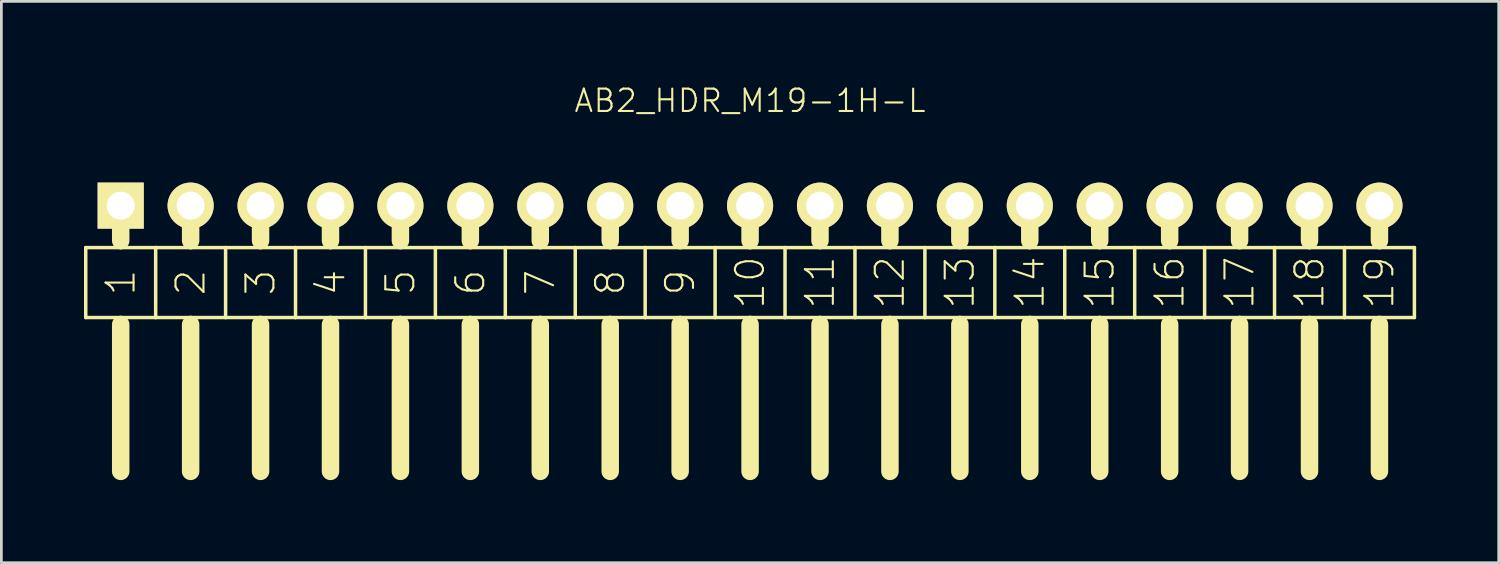
<source format=kicad_pcb>
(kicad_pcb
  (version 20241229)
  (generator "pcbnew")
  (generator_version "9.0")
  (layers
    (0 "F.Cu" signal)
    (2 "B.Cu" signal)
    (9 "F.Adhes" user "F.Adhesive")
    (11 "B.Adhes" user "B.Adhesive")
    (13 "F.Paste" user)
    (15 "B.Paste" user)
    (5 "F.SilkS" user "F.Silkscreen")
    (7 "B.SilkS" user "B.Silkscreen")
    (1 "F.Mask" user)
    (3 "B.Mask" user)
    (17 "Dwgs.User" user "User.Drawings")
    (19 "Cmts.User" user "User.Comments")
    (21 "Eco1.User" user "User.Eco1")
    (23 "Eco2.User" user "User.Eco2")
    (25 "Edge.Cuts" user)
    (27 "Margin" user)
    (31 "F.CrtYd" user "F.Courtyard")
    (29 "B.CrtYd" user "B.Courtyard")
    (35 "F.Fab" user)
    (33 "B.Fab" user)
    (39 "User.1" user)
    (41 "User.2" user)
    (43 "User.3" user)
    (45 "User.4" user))
  (footprint "AB2_HDR_M19-1H-L"
    (layer "F.Cu")
    (at 24.194 4.419)
    (property "Reference" "AB2_HDR_M19-1H-L" (at 0 -3.81 0) (layer "F.SilkS") (effects (font (size 0.813 0.813) (thickness 0.076))))
    (attr through_hole)
    (fp_line (start -24.13 1.524) (end -24.13 4.064) (stroke (width 0.127) (type solid)) (layer "F.SilkS"))
    (fp_line (start -24.13 4.064) (end -22.86 4.064) (stroke (width 0.127) (type solid)) (layer "F.SilkS"))
    (fp_line (start -22.86 0) (end -22.86 1.27) (stroke (width 0.635) (type solid)) (layer "F.SilkS"))
    (fp_line (start -22.86 1.524) (end -24.13 1.524) (stroke (width 0.127) (type solid)) (layer "F.SilkS"))
    (fp_line (start -22.86 4.064) (end -21.59 4.064) (stroke (width 0.127) (type solid)) (layer "F.SilkS"))
    (fp_line (start -22.86 4.318) (end -22.86 9.652) (stroke (width 0.635) (type solid)) (layer "F.SilkS"))
    (fp_line (start -21.59 1.524) (end -22.86 1.524) (stroke (width 0.127) (type solid)) (layer "F.SilkS"))
    (fp_line (start -21.59 4.064) (end -21.59 1.524) (stroke (width 0.127) (type solid)) (layer "F.SilkS"))
    (fp_line (start -21.59 4.064) (end -20.32 4.064) (stroke (width 0.127) (type solid)) (layer "F.SilkS"))
    (fp_line (start -20.32 0) (end -20.32 1.27) (stroke (width 0.635) (type solid)) (layer "F.SilkS"))
    (fp_line (start -20.32 1.524) (end -21.59 1.524) (stroke (width 0.127) (type solid)) (layer "F.SilkS"))
    (fp_line (start -20.32 4.064) (end -19.05 4.064) (stroke (width 0.127) (type solid)) (layer "F.SilkS"))
    (fp_line (start -20.32 4.318) (end -20.32 9.652) (stroke (width 0.635) (type solid)) (layer "F.SilkS"))
    (fp_line (start -19.05 1.524) (end -20.32 1.524) (stroke (width 0.127) (type solid)) (layer "F.SilkS"))
    (fp_line (start -19.05 4.064) (end -19.05 1.524) (stroke (width 0.127) (type solid)) (layer "F.SilkS"))
    (fp_line (start -19.05 4.064) (end -17.78 4.064) (stroke (width 0.127) (type solid)) (layer "F.SilkS"))
    (fp_line (start -17.78 0) (end -17.78 1.27) (stroke (width 0.635) (type solid)) (layer "F.SilkS"))
    (fp_line (start -17.78 1.524) (end -19.05 1.524) (stroke (width 0.127) (type solid)) (layer "F.SilkS"))
    (fp_line (start -17.78 4.064) (end -16.51 4.064) (stroke (width 0.127) (type solid)) (layer "F.SilkS"))
    (fp_line (start -17.78 4.318) (end -17.78 9.652) (stroke (width 0.635) (type solid)) (layer "F.SilkS"))
    (fp_line (start -16.51 1.524) (end -17.78 1.524) (stroke (width 0.127) (type solid)) (layer "F.SilkS"))
    (fp_line (start -16.51 4.064) (end -16.51 1.524) (stroke (width 0.127) (type solid)) (layer "F.SilkS"))
    (fp_line (start -16.51 4.064) (end -15.24 4.064) (stroke (width 0.127) (type solid)) (layer "F.SilkS"))
    (fp_line (start -15.24 0) (end -15.24 1.27) (stroke (width 0.635) (type solid)) (layer "F.SilkS"))
    (fp_line (start -15.24 1.524) (end -16.51 1.524) (stroke (width 0.127) (type solid)) (layer "F.SilkS"))
    (fp_line (start -15.24 4.064) (end -13.97 4.064) (stroke (width 0.127) (type solid)) (layer "F.SilkS"))
    (fp_line (start -15.24 4.318) (end -15.24 9.652) (stroke (width 0.635) (type solid)) (layer "F.SilkS"))
    (fp_line (start -13.97 1.524) (end -15.24 1.524) (stroke (width 0.127) (type solid)) (layer "F.SilkS"))
    (fp_line (start -13.97 4.064) (end -13.97 1.524) (stroke (width 0.127) (type solid)) (layer "F.SilkS"))
    (fp_line (start -13.97 4.064) (end -12.7 4.064) (stroke (width 0.127) (type solid)) (layer "F.SilkS"))
    (fp_line (start -12.7 0) (end -12.7 1.27) (stroke (width 0.635) (type solid)) (layer "F.SilkS"))
    (fp_line (start -12.7 1.524) (end -13.97 1.524) (stroke (width 0.127) (type solid)) (layer "F.SilkS"))
    (fp_line (start -12.7 4.064) (end -11.43 4.064) (stroke (width 0.127) (type solid)) (layer "F.SilkS"))
    (fp_line (start -12.7 4.318) (end -12.7 9.652) (stroke (width 0.635) (type solid)) (layer "F.SilkS"))
    (fp_line (start -11.43 1.524) (end -12.7 1.524) (stroke (width 0.127) (type solid)) (layer "F.SilkS"))
    (fp_line (start -11.43 4.064) (end -11.43 1.524) (stroke (width 0.127) (type solid)) (layer "F.SilkS"))
    (fp_line (start -11.43 4.064) (end -10.16 4.064) (stroke (width 0.127) (type solid)) (layer "F.SilkS"))
    (fp_line (start -10.16 0) (end -10.16 1.27) (stroke (width 0.635) (type solid)) (layer "F.SilkS"))
    (fp_line (start -10.16 1.524) (end -11.43 1.524) (stroke (width 0.127) (type solid)) (layer "F.SilkS"))
    (fp_line (start -10.16 4.064) (end -8.89 4.064) (stroke (width 0.127) (type solid)) (layer "F.SilkS"))
    (fp_line (start -10.16 4.318) (end -10.16 9.652) (stroke (width 0.635) (type solid)) (layer "F.SilkS"))
    (fp_line (start -8.89 1.524) (end -10.16 1.524) (stroke (width 0.127) (type solid)) (layer "F.SilkS"))
    (fp_line (start -8.89 4.064) (end -8.89 1.524) (stroke (width 0.127) (type solid)) (layer "F.SilkS"))
    (fp_line (start -8.89 4.064) (end -7.62 4.064) (stroke (width 0.127) (type solid)) (layer "F.SilkS"))
    (fp_line (start -7.62 0) (end -7.62 1.27) (stroke (width 0.635) (type solid)) (layer "F.SilkS"))
    (fp_line (start -7.62 1.524) (end -8.89 1.524) (stroke (width 0.127) (type solid)) (layer "F.SilkS"))
    (fp_line (start -7.62 4.064) (end -6.35 4.064) (stroke (width 0.127) (type solid)) (layer "F.SilkS"))
    (fp_line (start -7.62 4.318) (end -7.62 9.652) (stroke (width 0.635) (type solid)) (layer "F.SilkS"))
    (fp_line (start -6.35 1.524) (end -7.62 1.524) (stroke (width 0.127) (type solid)) (layer "F.SilkS"))
    (fp_line (start -6.35 4.064) (end -6.35 1.524) (stroke (width 0.127) (type solid)) (layer "F.SilkS"))
    (fp_line (start -6.35 4.064) (end -5.08 4.064) (stroke (width 0.127) (type solid)) (layer "F.SilkS"))
    (fp_line (start -5.08 0) (end -5.08 1.27) (stroke (width 0.635) (type solid)) (layer "F.SilkS"))
    (fp_line (start -5.08 1.524) (end -6.35 1.524) (stroke (width 0.127) (type solid)) (layer "F.SilkS"))
    (fp_line (start -5.08 4.064) (end -3.81 4.064) (stroke (width 0.127) (type solid)) (layer "F.SilkS"))
    (fp_line (start -5.08 4.318) (end -5.08 9.652) (stroke (width 0.635) (type solid)) (layer "F.SilkS"))
    (fp_line (start -3.81 1.524) (end -5.08 1.524) (stroke (width 0.127) (type solid)) (layer "F.SilkS"))
    (fp_line (start -3.81 4.064) (end -3.81 1.524) (stroke (width 0.127) (type solid)) (layer "F.SilkS"))
    (fp_line (start -3.81 4.064) (end -2.54 4.064) (stroke (width 0.127) (type solid)) (layer "F.SilkS"))
    (fp_line (start -2.54 0) (end -2.54 1.27) (stroke (width 0.635) (type solid)) (layer "F.SilkS"))
    (fp_line (start -2.54 1.524) (end -3.81 1.524) (stroke (width 0.127) (type solid)) (layer "F.SilkS"))
    (fp_line (start -2.54 4.064) (end -1.27 4.064) (stroke (width 0.127) (type solid)) (layer "F.SilkS"))
    (fp_line (start -2.54 4.318) (end -2.54 9.652) (stroke (width 0.635) (type solid)) (layer "F.SilkS"))
    (fp_line (start -1.27 1.524) (end -2.54 1.524) (stroke (width 0.127) (type solid)) (layer "F.SilkS"))
    (fp_line (start -1.27 4.064) (end -1.27 1.524) (stroke (width 0.127) (type solid)) (layer "F.SilkS"))
    (fp_line (start -1.27 4.064) (end 0 4.064) (stroke (width 0.127) (type solid)) (layer "F.SilkS"))
    (fp_line (start 0 0) (end 0 1.27) (stroke (width 0.635) (type solid)) (layer "F.SilkS"))
    (fp_line (start 0 1.524) (end -1.27 1.524) (stroke (width 0.127) (type solid)) (layer "F.SilkS"))
    (fp_line (start 0 4.064) (end 1.27 4.064) (stroke (width 0.127) (type solid)) (layer "F.SilkS"))
    (fp_line (start 0 4.318) (end 0 9.652) (stroke (width 0.635) (type solid)) (layer "F.SilkS"))
    (fp_line (start 1.27 1.524) (end 0 1.524) (stroke (width 0.127) (type solid)) (layer "F.SilkS"))
    (fp_line (start 1.27 4.064) (end 1.27 1.524) (stroke (width 0.127) (type solid)) (layer "F.SilkS"))
    (fp_line (start 1.27 4.064) (end 2.54 4.064) (stroke (width 0.127) (type solid)) (layer "F.SilkS"))
    (fp_line (start 2.54 0) (end 2.54 1.27) (stroke (width 0.635) (type solid)) (layer "F.SilkS"))
    (fp_line (start 2.54 1.524) (end 1.27 1.524) (stroke (width 0.127) (type solid)) (layer "F.SilkS"))
    (fp_line (start 2.54 4.064) (end 3.81 4.064) (stroke (width 0.127) (type solid)) (layer "F.SilkS"))
    (fp_line (start 2.54 4.318) (end 2.54 9.652) (stroke (width 0.635) (type solid)) (layer "F.SilkS"))
    (fp_line (start 3.81 1.524) (end 2.54 1.524) (stroke (width 0.127) (type solid)) (layer "F.SilkS"))
    (fp_line (start 3.81 4.064) (end 3.81 1.524) (stroke (width 0.127) (type solid)) (layer "F.SilkS"))
    (fp_line (start 3.81 4.064) (end 5.08 4.064) (stroke (width 0.127) (type solid)) (layer "F.SilkS"))
    (fp_line (start 5.08 0) (end 5.08 1.27) (stroke (width 0.635) (type solid)) (layer "F.SilkS"))
    (fp_line (start 5.08 1.524) (end 3.81 1.524) (stroke (width 0.127) (type solid)) (layer "F.SilkS"))
    (fp_line (start 5.08 4.064) (end 6.35 4.064) (stroke (width 0.127) (type solid)) (layer "F.SilkS"))
    (fp_line (start 5.08 4.318) (end 5.08 9.652) (stroke (width 0.635) (type solid)) (layer "F.SilkS"))
    (fp_line (start 6.35 1.524) (end 5.08 1.524) (stroke (width 0.127) (type solid)) (layer "F.SilkS"))
    (fp_line (start 6.35 4.064) (end 6.35 1.524) (stroke (width 0.127) (type solid)) (layer "F.SilkS"))
    (fp_line (start 6.35 4.064) (end 7.62 4.064) (stroke (width 0.127) (type solid)) (layer "F.SilkS"))
    (fp_line (start 7.62 0) (end 7.62 1.27) (stroke (width 0.635) (type solid)) (layer "F.SilkS"))
    (fp_line (start 7.62 1.524) (end 6.35 1.524) (stroke (width 0.127) (type solid)) (layer "F.SilkS"))
    (fp_line (start 7.62 4.064) (end 8.89 4.064) (stroke (width 0.127) (type solid)) (layer "F.SilkS"))
    (fp_line (start 7.62 4.318) (end 7.62 9.652) (stroke (width 0.635) (type solid)) (layer "F.SilkS"))
    (fp_line (start 8.89 1.524) (end 7.62 1.524) (stroke (width 0.127) (type solid)) (layer "F.SilkS"))
    (fp_line (start 8.89 4.064) (end 8.89 1.524) (stroke (width 0.127) (type solid)) (layer "F.SilkS"))
    (fp_line (start 8.89 4.064) (end 10.16 4.064) (stroke (width 0.127) (type solid)) (layer "F.SilkS"))
    (fp_line (start 10.16 0) (end 10.16 1.27) (stroke (width 0.635) (type solid)) (layer "F.SilkS"))
    (fp_line (start 10.16 1.524) (end 8.89 1.524) (stroke (width 0.127) (type solid)) (layer "F.SilkS"))
    (fp_line (start 10.16 4.064) (end 11.43 4.064) (stroke (width 0.127) (type solid)) (layer "F.SilkS"))
    (fp_line (start 10.16 4.318) (end 10.16 9.652) (stroke (width 0.635) (type solid)) (layer "F.SilkS"))
    (fp_line (start 11.43 1.524) (end 10.16 1.524) (stroke (width 0.127) (type solid)) (layer "F.SilkS"))
    (fp_line (start 11.43 4.064) (end 11.43 1.524) (stroke (width 0.127) (type solid)) (layer "F.SilkS"))
    (fp_line (start 11.43 4.064) (end 12.7 4.064) (stroke (width 0.127) (type solid)) (layer "F.SilkS"))
    (fp_line (start 12.7 0) (end 12.7 1.27) (stroke (width 0.635) (type solid)) (layer "F.SilkS"))
    (fp_line (start 12.7 1.524) (end 11.43 1.524) (stroke (width 0.127) (type solid)) (layer "F.SilkS"))
    (fp_line (start 12.7 4.064) (end 13.97 4.064) (stroke (width 0.127) (type solid)) (layer "F.SilkS"))
    (fp_line (start 12.7 4.318) (end 12.7 9.652) (stroke (width 0.635) (type solid)) (layer "F.SilkS"))
    (fp_line (start 13.97 1.524) (end 12.7 1.524) (stroke (width 0.127) (type solid)) (layer "F.SilkS"))
    (fp_line (start 13.97 4.064) (end 13.97 1.524) (stroke (width 0.127) (type solid)) (layer "F.SilkS"))
    (fp_line (start 13.97 4.064) (end 15.24 4.064) (stroke (width 0.127) (type solid)) (layer "F.SilkS"))
    (fp_line (start 15.24 0) (end 15.24 1.27) (stroke (width 0.635) (type solid)) (layer "F.SilkS"))
    (fp_line (start 15.24 1.524) (end 13.97 1.524) (stroke (width 0.127) (type solid)) (layer "F.SilkS"))
    (fp_line (start 15.24 4.064) (end 16.51 4.064) (stroke (width 0.127) (type solid)) (layer "F.SilkS"))
    (fp_line (start 15.24 4.318) (end 15.24 9.652) (stroke (width 0.635) (type solid)) (layer "F.SilkS"))
    (fp_line (start 16.51 1.524) (end 15.24 1.524) (stroke (width 0.127) (type solid)) (layer "F.SilkS"))
    (fp_line (start 16.51 4.064) (end 16.51 1.524) (stroke (width 0.127) (type solid)) (layer "F.SilkS"))
    (fp_line (start 16.51 4.064) (end 17.78 4.064) (stroke (width 0.127) (type solid)) (layer "F.SilkS"))
    (fp_line (start 17.78 0) (end 17.78 1.27) (stroke (width 0.635) (type solid)) (layer "F.SilkS"))
    (fp_line (start 17.78 1.524) (end 16.51 1.524) (stroke (width 0.127) (type solid)) (layer "F.SilkS"))
    (fp_line (start 17.78 4.064) (end 19.05 4.064) (stroke (width 0.127) (type solid)) (layer "F.SilkS"))
    (fp_line (start 17.78 4.318) (end 17.78 9.652) (stroke (width 0.635) (type solid)) (layer "F.SilkS"))
    (fp_line (start 19.05 1.524) (end 17.78 1.524) (stroke (width 0.127) (type solid)) (layer "F.SilkS"))
    (fp_line (start 19.05 4.064) (end 19.05 1.524) (stroke (width 0.127) (type solid)) (layer "F.SilkS"))
    (fp_line (start 19.05 4.064) (end 20.32 4.064) (stroke (width 0.127) (type solid)) (layer "F.SilkS"))
    (fp_line (start 20.32 0) (end 20.32 1.27) (stroke (width 0.635) (type solid)) (layer "F.SilkS"))
    (fp_line (start 20.32 1.524) (end 19.05 1.524) (stroke (width 0.127) (type solid)) (layer "F.SilkS"))
    (fp_line (start 20.32 4.064) (end 21.59 4.064) (stroke (width 0.127) (type solid)) (layer "F.SilkS"))
    (fp_line (start 20.32 4.318) (end 20.32 9.652) (stroke (width 0.635) (type solid)) (layer "F.SilkS"))
    (fp_line (start 21.59 1.524) (end 20.32 1.524) (stroke (width 0.127) (type solid)) (layer "F.SilkS"))
    (fp_line (start 21.59 4.064) (end 21.59 1.524) (stroke (width 0.127) (type solid)) (layer "F.SilkS"))
    (fp_line (start 21.59 4.064) (end 22.86 4.064) (stroke (width 0.127) (type solid)) (layer "F.SilkS"))
    (fp_line (start 22.86 0) (end 22.86 1.27) (stroke (width 0.635) (type solid)) (layer "F.SilkS"))
    (fp_line (start 22.86 1.524) (end 21.59 1.524) (stroke (width 0.127) (type solid)) (layer "F.SilkS"))
    (fp_line (start 22.86 4.064) (end 24.13 4.064) (stroke (width 0.127) (type solid)) (layer "F.SilkS"))
    (fp_line (start 22.86 4.318) (end 22.86 9.652) (stroke (width 0.635) (type solid)) (layer "F.SilkS"))
    (fp_line (start 24.13 1.524) (end 22.86 1.524) (stroke (width 0.127) (type solid)) (layer "F.SilkS"))
    (fp_line (start 24.13 4.064) (end 24.13 1.524) (stroke (width 0.127) (type solid)) (layer "F.SilkS"))
    (fp_text user "1" (at -22.86 2.794 90) (layer "F.SilkS") (effects (font (size 1.016 1.016) (thickness 0.076))))
    (fp_text user "2" (at -20.32 2.794 90) (layer "F.SilkS") (effects (font (size 1.016 1.016) (thickness 0.076))))
    (fp_text user "17" (at 17.78 2.794 90) (layer "F.SilkS") (effects (font (size 1.016 1.016) (thickness 0.076))))
    (fp_text user "18" (at 20.32 2.794 90) (layer "F.SilkS") (effects (font (size 1.016 1.016) (thickness 0.076))))
    (fp_text user "19" (at 22.86 2.794 90) (layer "F.SilkS") (effects (font (size 1.016 1.016) (thickness 0.076))))
    (fp_text user "10" (at 0 2.794 90) (layer "F.SilkS") (effects (font (size 1.016 1.016) (thickness 0.076))))
    (fp_text user "11" (at 2.54 2.794 90) (layer "F.SilkS") (effects (font (size 1.016 1.016) (thickness 0.076))))
    (fp_text user "14" (at 10.16 2.794 90) (layer "F.SilkS") (effects (font (size 1.016 1.016) (thickness 0.076))))
    (fp_text user "9" (at -2.54 2.794 90) (layer "F.SilkS") (effects (font (size 1.016 1.016) (thickness 0.076))))
    (fp_text user "5" (at -12.7 2.794 90) (layer "F.SilkS") (effects (font (size 1.016 1.016) (thickness 0.076))))
    (fp_text user "3" (at -17.78 2.794 90) (layer "F.SilkS") (effects (font (size 1.016 1.016) (thickness 0.076))))
    (fp_text user "12" (at 5.08 2.794 90) (layer "F.SilkS") (effects (font (size 1.016 1.016) (thickness 0.076))))
    (fp_text user "7" (at -7.62 2.794 90) (layer "F.SilkS") (effects (font (size 1.016 1.016) (thickness 0.076))))
    (fp_text user "4" (at -15.24 2.794 90) (layer "F.SilkS") (effects (font (size 1.016 1.016) (thickness 0.076))))
    (fp_text user "16" (at 15.24 2.794 90) (layer "F.SilkS") (effects (font (size 1.016 1.016) (thickness 0.076))))
    (fp_text user "8" (at -5.08 2.794 90) (layer "F.SilkS") (effects (font (size 1.016 1.016) (thickness 0.076))))
    (fp_text user "13" (at 7.62 2.794 90) (layer "F.SilkS") (effects (font (size 1.016 1.016) (thickness 0.076))))
    (fp_text user "6" (at -10.16 2.794 90) (layer "F.SilkS") (effects (font (size 1.016 1.016) (thickness 0.076))))
    (fp_text user "15" (at 12.7 2.794 90) (layer "F.SilkS") (effects (font (size 1.016 1.016) (thickness 0.076))))
    (pad "1" thru_hole rect (at -22.86 0) (size 1.676 1.676) (drill 1.016) (layers "*.Cu" "*.Mask" "F.SilkS"))
    (pad "2" thru_hole circle (at -20.32 0) (size 1.676 1.676) (drill 1.016) (layers "*.Cu" "*.Mask" "F.SilkS"))
    (pad "3" thru_hole circle (at -17.78 0) (size 1.676 1.676) (drill 1.016) (layers "*.Cu" "*.Mask" "F.SilkS"))
    (pad "4" thru_hole circle (at -15.24 0) (size 1.676 1.676) (drill 1.016) (layers "*.Cu" "*.Mask" "F.SilkS"))
    (pad "5" thru_hole circle (at -12.7 0) (size 1.676 1.676) (drill 1.016) (layers "*.Cu" "*.Mask" "F.SilkS"))
    (pad "6" thru_hole circle (at -10.16 0) (size 1.676 1.676) (drill 1.016) (layers "*.Cu" "*.Mask" "F.SilkS"))
    (pad "7" thru_hole circle (at -7.62 0) (size 1.676 1.676) (drill 1.016) (layers "*.Cu" "*.Mask" "F.SilkS"))
    (pad "8" thru_hole circle (at -5.08 0) (size 1.676 1.676) (drill 1.016) (layers "*.Cu" "*.Mask" "F.SilkS"))
    (pad "9" thru_hole circle (at -2.54 0) (size 1.676 1.676) (drill 1.016) (layers "*.Cu" "*.Mask" "F.SilkS"))
    (pad "10" thru_hole circle (at 0 0) (size 1.676 1.676) (drill 1.016) (layers "*.Cu" "*.Mask" "F.SilkS"))
    (pad "11" thru_hole circle (at 2.54 0) (size 1.676 1.676) (drill 1.016) (layers "*.Cu" "*.Mask" "F.SilkS"))
    (pad "12" thru_hole circle (at 5.08 0) (size 1.676 1.676) (drill 1.016) (layers "*.Cu" "*.Mask" "F.SilkS"))
    (pad "13" thru_hole circle (at 7.62 0) (size 1.676 1.676) (drill 1.016) (layers "*.Cu" "*.Mask" "F.SilkS"))
    (pad "14" thru_hole circle (at 10.16 0) (size 1.676 1.676) (drill 1.016) (layers "*.Cu" "*.Mask" "F.SilkS"))
    (pad "15" thru_hole circle (at 12.7 0) (size 1.676 1.676) (drill 1.016) (layers "*.Cu" "*.Mask" "F.SilkS"))
    (pad "16" thru_hole circle (at 15.24 0) (size 1.676 1.676) (drill 1.016) (layers "*.Cu" "*.Mask" "F.SilkS"))
    (pad "17" thru_hole circle (at 17.78 0) (size 1.676 1.676) (drill 1.016) (layers "*.Cu" "*.Mask" "F.SilkS"))
    (pad "18" thru_hole circle (at 20.32 0) (size 1.676 1.676) (drill 1.016) (layers "*.Cu" "*.Mask" "F.SilkS"))
    (pad "19" thru_hole circle (at 22.86 0) (size 1.676 1.676) (drill 1.016) (layers "*.Cu" "*.Mask" "F.SilkS")))
  (gr_rect
    (start -3 -3)
    (end 51.387 17.389)
    (stroke (width 0.1) (type default))
    (fill no)
    (layer "Edge.Cuts")))
</source>
